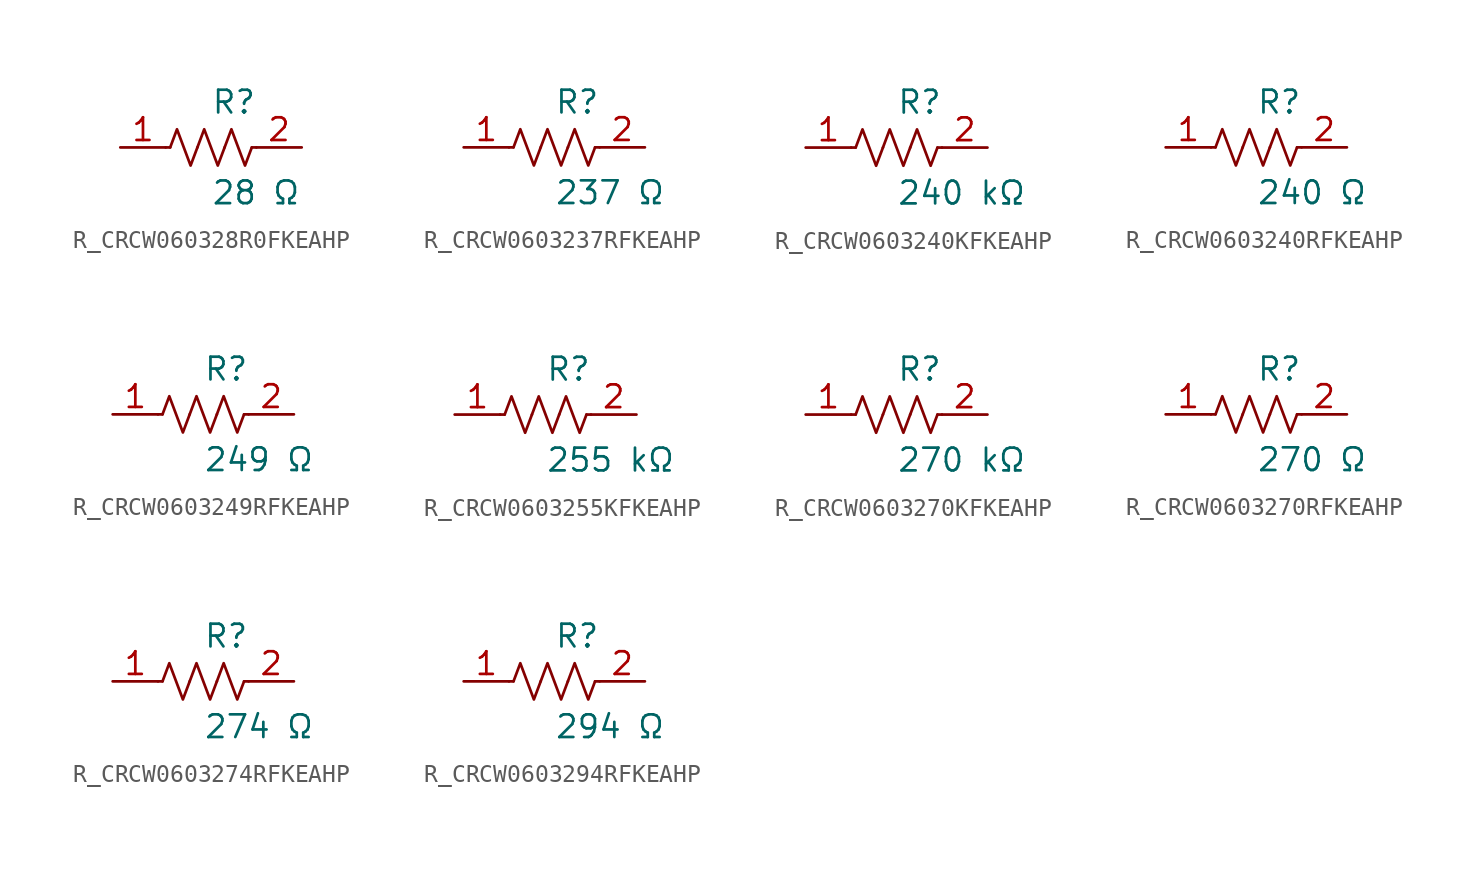
<source format=kicad_sym>
(kicad_symbol_lib
  (version 20231120)
  (generator kicad_symbol_editor)
  (generator_version 8.0)
  (symbol "R_CRCW060328R0FKEAHP"
    (pin_names
      (offset 0.254))
    (property "Reference" "R"
      (at 0.0 2.54 0)
      (effects (font (size 1.27 1.27)) (justify left)))
    (property "Value" "28 Ω"
      (at 0.0 -2.54 0)
      (effects (font (size 1.27 1.27)) (justify left)))
    (symbol "R_CRCW060328R0FKEAHP_0_1"
      (polyline (pts (xy 2.286 0) (xy 2.54 0)) (stroke (width 0) (type default)) (fill (type none)))
      (polyline (pts (xy -2.286 0) (xy -2.54 0)) (stroke (width 0) (type default)) (fill (type none)))
      (polyline (pts (xy 0.762 0) (xy 1.143 1.016) (xy 1.524 0) (xy 1.905 -1.016) (xy 2.286 0)) (stroke (width 0) (type default)) (fill (type none)))
      (polyline (pts (xy -0.762 0) (xy -0.381 1.016) (xy 0 0) (xy 0.381 -1.016) (xy 0.762 0)) (stroke (width 0) (type default)) (fill (type none)))
      (polyline (pts (xy -2.286 0) (xy -1.905 1.016) (xy -1.524 0) (xy -1.143 -1.016) (xy -0.762 0)) (stroke (width 0) (type default)) (fill (type none))))
    (pin unspecified line
      (at -5.08 0 0)
      (length 2.54)
      (name "" (effects (font (size 1.27 1.27))))
      (number "1" (effects (font (size 1.27 1.27)))))
    (pin unspecified line
      (at 5.08 0 180)
      (length 2.54)
      (name "" (effects (font (size 1.27 1.27))))
      (number "2" (effects (font (size 1.27 1.27))))))
  (symbol "R_CRCW0603237RFKEAHP"
    (pin_names
      (offset 0.254))
    (property "Reference" "R"
      (at 0.0 2.54 0)
      (effects (font (size 1.27 1.27)) (justify left)))
    (property "Value" "237 Ω"
      (at 0.0 -2.54 0)
      (effects (font (size 1.27 1.27)) (justify left)))
    (symbol "R_CRCW0603237RFKEAHP_0_1"
      (polyline (pts (xy 2.286 0) (xy 2.54 0)) (stroke (width 0) (type default)) (fill (type none)))
      (polyline (pts (xy -2.286 0) (xy -2.54 0)) (stroke (width 0) (type default)) (fill (type none)))
      (polyline (pts (xy 0.762 0) (xy 1.143 1.016) (xy 1.524 0) (xy 1.905 -1.016) (xy 2.286 0)) (stroke (width 0) (type default)) (fill (type none)))
      (polyline (pts (xy -0.762 0) (xy -0.381 1.016) (xy 0 0) (xy 0.381 -1.016) (xy 0.762 0)) (stroke (width 0) (type default)) (fill (type none)))
      (polyline (pts (xy -2.286 0) (xy -1.905 1.016) (xy -1.524 0) (xy -1.143 -1.016) (xy -0.762 0)) (stroke (width 0) (type default)) (fill (type none))))
    (pin unspecified line
      (at -5.08 0 0)
      (length 2.54)
      (name "" (effects (font (size 1.27 1.27))))
      (number "1" (effects (font (size 1.27 1.27)))))
    (pin unspecified line
      (at 5.08 0 180)
      (length 2.54)
      (name "" (effects (font (size 1.27 1.27))))
      (number "2" (effects (font (size 1.27 1.27))))))
  (symbol "R_CRCW0603240KFKEAHP"
    (pin_names
      (offset 0.254))
    (property "Reference" "R"
      (at 0.0 2.54 0)
      (effects (font (size 1.27 1.27)) (justify left)))
    (property "Value" "240 kΩ"
      (at 0.0 -2.54 0)
      (effects (font (size 1.27 1.27)) (justify left)))
    (symbol "R_CRCW0603240KFKEAHP_0_1"
      (polyline (pts (xy 2.286 0) (xy 2.54 0)) (stroke (width 0) (type default)) (fill (type none)))
      (polyline (pts (xy -2.286 0) (xy -2.54 0)) (stroke (width 0) (type default)) (fill (type none)))
      (polyline (pts (xy 0.762 0) (xy 1.143 1.016) (xy 1.524 0) (xy 1.905 -1.016) (xy 2.286 0)) (stroke (width 0) (type default)) (fill (type none)))
      (polyline (pts (xy -0.762 0) (xy -0.381 1.016) (xy 0 0) (xy 0.381 -1.016) (xy 0.762 0)) (stroke (width 0) (type default)) (fill (type none)))
      (polyline (pts (xy -2.286 0) (xy -1.905 1.016) (xy -1.524 0) (xy -1.143 -1.016) (xy -0.762 0)) (stroke (width 0) (type default)) (fill (type none))))
    (pin unspecified line
      (at -5.08 0 0)
      (length 2.54)
      (name "" (effects (font (size 1.27 1.27))))
      (number "1" (effects (font (size 1.27 1.27)))))
    (pin unspecified line
      (at 5.08 0 180)
      (length 2.54)
      (name "" (effects (font (size 1.27 1.27))))
      (number "2" (effects (font (size 1.27 1.27))))))
  (symbol "R_CRCW0603240RFKEAHP"
    (pin_names
      (offset 0.254))
    (property "Reference" "R"
      (at 0.0 2.54 0)
      (effects (font (size 1.27 1.27)) (justify left)))
    (property "Value" "240 Ω"
      (at 0.0 -2.54 0)
      (effects (font (size 1.27 1.27)) (justify left)))
    (symbol "R_CRCW0603240RFKEAHP_0_1"
      (polyline (pts (xy 2.286 0) (xy 2.54 0)) (stroke (width 0) (type default)) (fill (type none)))
      (polyline (pts (xy -2.286 0) (xy -2.54 0)) (stroke (width 0) (type default)) (fill (type none)))
      (polyline (pts (xy 0.762 0) (xy 1.143 1.016) (xy 1.524 0) (xy 1.905 -1.016) (xy 2.286 0)) (stroke (width 0) (type default)) (fill (type none)))
      (polyline (pts (xy -0.762 0) (xy -0.381 1.016) (xy 0 0) (xy 0.381 -1.016) (xy 0.762 0)) (stroke (width 0) (type default)) (fill (type none)))
      (polyline (pts (xy -2.286 0) (xy -1.905 1.016) (xy -1.524 0) (xy -1.143 -1.016) (xy -0.762 0)) (stroke (width 0) (type default)) (fill (type none))))
    (pin unspecified line
      (at -5.08 0 0)
      (length 2.54)
      (name "" (effects (font (size 1.27 1.27))))
      (number "1" (effects (font (size 1.27 1.27)))))
    (pin unspecified line
      (at 5.08 0 180)
      (length 2.54)
      (name "" (effects (font (size 1.27 1.27))))
      (number "2" (effects (font (size 1.27 1.27))))))
  (symbol "R_CRCW0603249RFKEAHP"
    (pin_names
      (offset 0.254))
    (property "Reference" "R"
      (at 0.0 2.54 0)
      (effects (font (size 1.27 1.27)) (justify left)))
    (property "Value" "249 Ω"
      (at 0.0 -2.54 0)
      (effects (font (size 1.27 1.27)) (justify left)))
    (symbol "R_CRCW0603249RFKEAHP_0_1"
      (polyline (pts (xy 2.286 0) (xy 2.54 0)) (stroke (width 0) (type default)) (fill (type none)))
      (polyline (pts (xy -2.286 0) (xy -2.54 0)) (stroke (width 0) (type default)) (fill (type none)))
      (polyline (pts (xy 0.762 0) (xy 1.143 1.016) (xy 1.524 0) (xy 1.905 -1.016) (xy 2.286 0)) (stroke (width 0) (type default)) (fill (type none)))
      (polyline (pts (xy -0.762 0) (xy -0.381 1.016) (xy 0 0) (xy 0.381 -1.016) (xy 0.762 0)) (stroke (width 0) (type default)) (fill (type none)))
      (polyline (pts (xy -2.286 0) (xy -1.905 1.016) (xy -1.524 0) (xy -1.143 -1.016) (xy -0.762 0)) (stroke (width 0) (type default)) (fill (type none))))
    (pin unspecified line
      (at -5.08 0 0)
      (length 2.54)
      (name "" (effects (font (size 1.27 1.27))))
      (number "1" (effects (font (size 1.27 1.27)))))
    (pin unspecified line
      (at 5.08 0 180)
      (length 2.54)
      (name "" (effects (font (size 1.27 1.27))))
      (number "2" (effects (font (size 1.27 1.27))))))
  (symbol "R_CRCW0603255KFKEAHP"
    (pin_names
      (offset 0.254))
    (property "Reference" "R"
      (at 0.0 2.54 0)
      (effects (font (size 1.27 1.27)) (justify left)))
    (property "Value" "255 kΩ"
      (at 0.0 -2.54 0)
      (effects (font (size 1.27 1.27)) (justify left)))
    (symbol "R_CRCW0603255KFKEAHP_0_1"
      (polyline (pts (xy 2.286 0) (xy 2.54 0)) (stroke (width 0) (type default)) (fill (type none)))
      (polyline (pts (xy -2.286 0) (xy -2.54 0)) (stroke (width 0) (type default)) (fill (type none)))
      (polyline (pts (xy 0.762 0) (xy 1.143 1.016) (xy 1.524 0) (xy 1.905 -1.016) (xy 2.286 0)) (stroke (width 0) (type default)) (fill (type none)))
      (polyline (pts (xy -0.762 0) (xy -0.381 1.016) (xy 0 0) (xy 0.381 -1.016) (xy 0.762 0)) (stroke (width 0) (type default)) (fill (type none)))
      (polyline (pts (xy -2.286 0) (xy -1.905 1.016) (xy -1.524 0) (xy -1.143 -1.016) (xy -0.762 0)) (stroke (width 0) (type default)) (fill (type none))))
    (pin unspecified line
      (at -5.08 0 0)
      (length 2.54)
      (name "" (effects (font (size 1.27 1.27))))
      (number "1" (effects (font (size 1.27 1.27)))))
    (pin unspecified line
      (at 5.08 0 180)
      (length 2.54)
      (name "" (effects (font (size 1.27 1.27))))
      (number "2" (effects (font (size 1.27 1.27))))))
  (symbol "R_CRCW0603270KFKEAHP"
    (pin_names
      (offset 0.254))
    (property "Reference" "R"
      (at 0.0 2.54 0)
      (effects (font (size 1.27 1.27)) (justify left)))
    (property "Value" "270 kΩ"
      (at 0.0 -2.54 0)
      (effects (font (size 1.27 1.27)) (justify left)))
    (symbol "R_CRCW0603270KFKEAHP_0_1"
      (polyline (pts (xy 2.286 0) (xy 2.54 0)) (stroke (width 0) (type default)) (fill (type none)))
      (polyline (pts (xy -2.286 0) (xy -2.54 0)) (stroke (width 0) (type default)) (fill (type none)))
      (polyline (pts (xy 0.762 0) (xy 1.143 1.016) (xy 1.524 0) (xy 1.905 -1.016) (xy 2.286 0)) (stroke (width 0) (type default)) (fill (type none)))
      (polyline (pts (xy -0.762 0) (xy -0.381 1.016) (xy 0 0) (xy 0.381 -1.016) (xy 0.762 0)) (stroke (width 0) (type default)) (fill (type none)))
      (polyline (pts (xy -2.286 0) (xy -1.905 1.016) (xy -1.524 0) (xy -1.143 -1.016) (xy -0.762 0)) (stroke (width 0) (type default)) (fill (type none))))
    (pin unspecified line
      (at -5.08 0 0)
      (length 2.54)
      (name "" (effects (font (size 1.27 1.27))))
      (number "1" (effects (font (size 1.27 1.27)))))
    (pin unspecified line
      (at 5.08 0 180)
      (length 2.54)
      (name "" (effects (font (size 1.27 1.27))))
      (number "2" (effects (font (size 1.27 1.27))))))
  (symbol "R_CRCW0603270RFKEAHP"
    (pin_names
      (offset 0.254))
    (property "Reference" "R"
      (at 0.0 2.54 0)
      (effects (font (size 1.27 1.27)) (justify left)))
    (property "Value" "270 Ω"
      (at 0.0 -2.54 0)
      (effects (font (size 1.27 1.27)) (justify left)))
    (symbol "R_CRCW0603270RFKEAHP_0_1"
      (polyline (pts (xy 2.286 0) (xy 2.54 0)) (stroke (width 0) (type default)) (fill (type none)))
      (polyline (pts (xy -2.286 0) (xy -2.54 0)) (stroke (width 0) (type default)) (fill (type none)))
      (polyline (pts (xy 0.762 0) (xy 1.143 1.016) (xy 1.524 0) (xy 1.905 -1.016) (xy 2.286 0)) (stroke (width 0) (type default)) (fill (type none)))
      (polyline (pts (xy -0.762 0) (xy -0.381 1.016) (xy 0 0) (xy 0.381 -1.016) (xy 0.762 0)) (stroke (width 0) (type default)) (fill (type none)))
      (polyline (pts (xy -2.286 0) (xy -1.905 1.016) (xy -1.524 0) (xy -1.143 -1.016) (xy -0.762 0)) (stroke (width 0) (type default)) (fill (type none))))
    (pin unspecified line
      (at -5.08 0 0)
      (length 2.54)
      (name "" (effects (font (size 1.27 1.27))))
      (number "1" (effects (font (size 1.27 1.27)))))
    (pin unspecified line
      (at 5.08 0 180)
      (length 2.54)
      (name "" (effects (font (size 1.27 1.27))))
      (number "2" (effects (font (size 1.27 1.27))))))
  (symbol "R_CRCW0603274RFKEAHP"
    (pin_names
      (offset 0.254))
    (property "Reference" "R"
      (at 0.0 2.54 0)
      (effects (font (size 1.27 1.27)) (justify left)))
    (property "Value" "274 Ω"
      (at 0.0 -2.54 0)
      (effects (font (size 1.27 1.27)) (justify left)))
    (symbol "R_CRCW0603274RFKEAHP_0_1"
      (polyline (pts (xy 2.286 0) (xy 2.54 0)) (stroke (width 0) (type default)) (fill (type none)))
      (polyline (pts (xy -2.286 0) (xy -2.54 0)) (stroke (width 0) (type default)) (fill (type none)))
      (polyline (pts (xy 0.762 0) (xy 1.143 1.016) (xy 1.524 0) (xy 1.905 -1.016) (xy 2.286 0)) (stroke (width 0) (type default)) (fill (type none)))
      (polyline (pts (xy -0.762 0) (xy -0.381 1.016) (xy 0 0) (xy 0.381 -1.016) (xy 0.762 0)) (stroke (width 0) (type default)) (fill (type none)))
      (polyline (pts (xy -2.286 0) (xy -1.905 1.016) (xy -1.524 0) (xy -1.143 -1.016) (xy -0.762 0)) (stroke (width 0) (type default)) (fill (type none))))
    (pin unspecified line
      (at -5.08 0 0)
      (length 2.54)
      (name "" (effects (font (size 1.27 1.27))))
      (number "1" (effects (font (size 1.27 1.27)))))
    (pin unspecified line
      (at 5.08 0 180)
      (length 2.54)
      (name "" (effects (font (size 1.27 1.27))))
      (number "2" (effects (font (size 1.27 1.27))))))
  (symbol "R_CRCW0603294RFKEAHP"
    (pin_names
      (offset 0.254))
    (property "Reference" "R"
      (at 0.0 2.54 0)
      (effects (font (size 1.27 1.27)) (justify left)))
    (property "Value" "294 Ω"
      (at 0.0 -2.54 0)
      (effects (font (size 1.27 1.27)) (justify left)))
    (symbol "R_CRCW0603294RFKEAHP_0_1"
      (polyline (pts (xy 2.286 0) (xy 2.54 0)) (stroke (width 0) (type default)) (fill (type none)))
      (polyline (pts (xy -2.286 0) (xy -2.54 0)) (stroke (width 0) (type default)) (fill (type none)))
      (polyline (pts (xy 0.762 0) (xy 1.143 1.016) (xy 1.524 0) (xy 1.905 -1.016) (xy 2.286 0)) (stroke (width 0) (type default)) (fill (type none)))
      (polyline (pts (xy -0.762 0) (xy -0.381 1.016) (xy 0 0) (xy 0.381 -1.016) (xy 0.762 0)) (stroke (width 0) (type default)) (fill (type none)))
      (polyline (pts (xy -2.286 0) (xy -1.905 1.016) (xy -1.524 0) (xy -1.143 -1.016) (xy -0.762 0)) (stroke (width 0) (type default)) (fill (type none))))
    (pin unspecified line
      (at -5.08 0 0)
      (length 2.54)
      (name "" (effects (font (size 1.27 1.27))))
      (number "1" (effects (font (size 1.27 1.27)))))
    (pin unspecified line
      (at 5.08 0 180)
      (length 2.54)
      (name "" (effects (font (size 1.27 1.27))))
      (number "2" (effects (font (size 1.27 1.27)))))))
</source>
